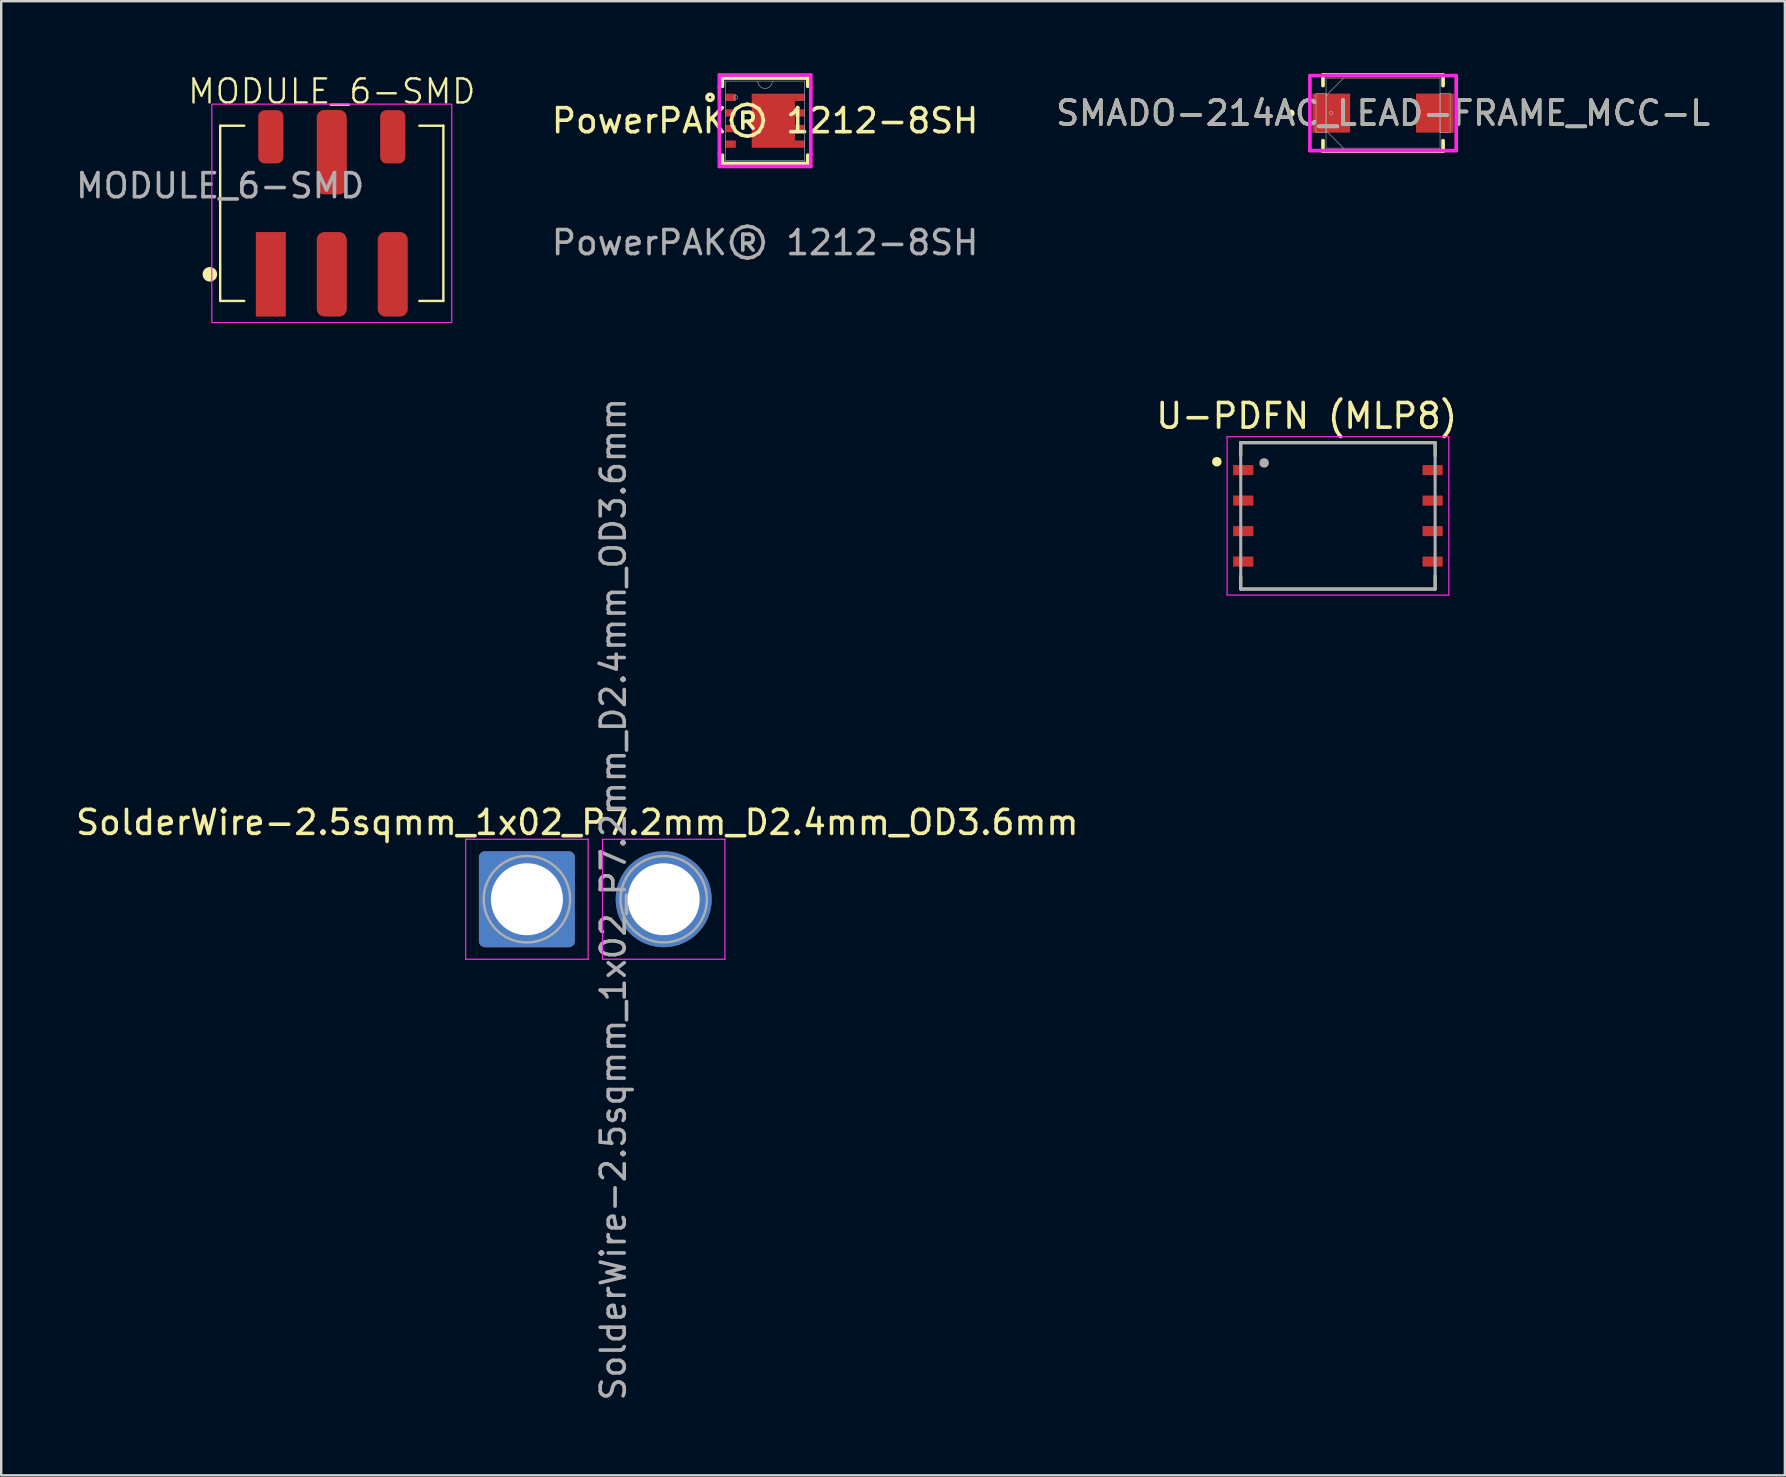
<source format=kicad_pcb>
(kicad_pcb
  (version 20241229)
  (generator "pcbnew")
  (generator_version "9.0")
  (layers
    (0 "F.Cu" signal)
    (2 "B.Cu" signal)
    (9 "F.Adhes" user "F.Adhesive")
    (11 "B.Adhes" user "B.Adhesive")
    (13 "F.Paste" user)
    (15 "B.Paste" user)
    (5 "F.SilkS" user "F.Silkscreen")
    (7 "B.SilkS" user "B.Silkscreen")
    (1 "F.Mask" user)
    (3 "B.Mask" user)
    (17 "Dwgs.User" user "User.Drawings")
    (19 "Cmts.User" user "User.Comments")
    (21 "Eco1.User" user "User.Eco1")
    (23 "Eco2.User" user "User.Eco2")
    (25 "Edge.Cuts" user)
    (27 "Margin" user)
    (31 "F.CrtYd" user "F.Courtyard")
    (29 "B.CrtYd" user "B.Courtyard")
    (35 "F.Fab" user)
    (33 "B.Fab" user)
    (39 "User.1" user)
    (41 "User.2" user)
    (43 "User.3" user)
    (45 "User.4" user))
  (footprint "U-PDFN (MLP8)"
    (layer "F.Cu")
    (at 52.701 18.445)
    (property "Reference" "U-PDFN (MLP8)" (at -1.301 -4.165 0) (layer "F.SilkS") (effects (font (size 1.028 1.028) (thickness 0.15))))
    (attr smd)
    (fp_line (start -4.05 -3.05) (end -4.05 -2.5) (stroke (width 0.127) (type solid)) (layer "F.SilkS"))
    (fp_line (start -4.05 -3.05) (end 4.05 -3.05) (stroke (width 0.127) (type solid)) (layer "F.SilkS"))
    (fp_line (start -4.05 3.05) (end -4.05 2.5) (stroke (width 0.127) (type solid)) (layer "F.SilkS"))
    (fp_line (start 4.05 -3.05) (end 4.05 -2.5) (stroke (width 0.127) (type solid)) (layer "F.SilkS"))
    (fp_line (start 4.05 3.05) (end -4.05 3.05) (stroke (width 0.127) (type solid)) (layer "F.SilkS"))
    (fp_line (start 4.05 3.05) (end 4.05 2.5) (stroke (width 0.127) (type solid)) (layer "F.SilkS"))
    (fp_circle (center -5.046 -2.255) (end -4.946 -2.255) (stroke (width 0.2) (type solid)) (fill no) (layer "F.SilkS"))
    (fp_line (start -4.62 -3.3) (end 4.62 -3.3) (stroke (width 0.05) (type solid)) (layer "F.CrtYd"))
    (fp_line (start -4.62 3.3) (end -4.62 -3.3) (stroke (width 0.05) (type solid)) (layer "F.CrtYd"))
    (fp_line (start 4.62 -3.3) (end 4.62 3.3) (stroke (width 0.05) (type solid)) (layer "F.CrtYd"))
    (fp_line (start 4.62 3.3) (end -4.62 3.3) (stroke (width 0.05) (type solid)) (layer "F.CrtYd"))
    (fp_line (start -4.05 -3.05) (end 4.05 -3.05) (stroke (width 0.127) (type solid)) (layer "F.Fab"))
    (fp_line (start -4.05 3.05) (end -4.05 -3.05) (stroke (width 0.127) (type solid)) (layer "F.Fab"))
    (fp_line (start 4.05 -3.05) (end 4.05 3.05) (stroke (width 0.127) (type solid)) (layer "F.Fab"))
    (fp_line (start 4.05 3.05) (end -4.05 3.05) (stroke (width 0.127) (type solid)) (layer "F.Fab"))
    (fp_circle (center -3.075 -2.205) (end -2.975 -2.205) (stroke (width 0.2) (type solid)) (fill no) (layer "F.Fab"))
    (pad "1" smd roundrect (at -3.945 -1.905) (size 0.84 0.42) (layers "F.Cu" "F.Mask" "F.Paste") (roundrect_rratio 0.05))
    (pad "2" smd roundrect (at -3.945 -0.635) (size 0.84 0.42) (layers "F.Cu" "F.Mask" "F.Paste") (roundrect_rratio 0.05))
    (pad "3" smd roundrect (at -3.945 0.635) (size 0.84 0.42) (layers "F.Cu" "F.Mask" "F.Paste") (roundrect_rratio 0.05))
    (pad "4" smd roundrect (at -3.945 1.905) (size 0.84 0.42) (layers "F.Cu" "F.Mask" "F.Paste") (roundrect_rratio 0.05))
    (pad "5" smd roundrect (at 3.945 1.905) (size 0.84 0.42) (layers "F.Cu" "F.Mask" "F.Paste") (roundrect_rratio 0.05))
    (pad "6" smd roundrect (at 3.945 0.635) (size 0.84 0.42) (layers "F.Cu" "F.Mask" "F.Paste") (roundrect_rratio 0.05))
    (pad "7" smd roundrect (at 3.945 -0.635) (size 0.84 0.42) (layers "F.Cu" "F.Mask" "F.Paste") (roundrect_rratio 0.05))
    (pad "8" smd roundrect (at 3.945 -1.905) (size 0.84 0.42) (layers "F.Cu" "F.Mask" "F.Paste") (roundrect_rratio 0.05)))
  (footprint "SolderWire-2.5sqmm_1x02_P7.2mm_D2.4mm_OD3.6mm"
    (layer "F.Cu")
    (at 18.906 34.421)
    (property "Reference" "SolderWire-2.5sqmm_1x02_P7.2mm_D2.4mm_OD3.6mm" (at 2.1 -3.2 0) (layer "F.SilkS") (effects (font (size 1 1) (thickness 0.15))))
    (attr exclude_from_pos_files exclude_from_bom)
    (fp_line (start -2.55 -2.5) (end -2.55 2.5) (stroke (width 0.05) (type solid)) (layer "F.CrtYd"))
    (fp_line (start -2.55 2.5) (end 2.55 2.5) (stroke (width 0.05) (type solid)) (layer "F.CrtYd"))
    (fp_line (start 2.55 -2.5) (end -2.55 -2.5) (stroke (width 0.05) (type solid)) (layer "F.CrtYd"))
    (fp_line (start 2.55 2.5) (end 2.55 -2.5) (stroke (width 0.05) (type solid)) (layer "F.CrtYd"))
    (fp_line (start 3.15 -2.5) (end 3.15 2.5) (stroke (width 0.05) (type solid)) (layer "F.CrtYd"))
    (fp_line (start 3.15 2.5) (end 8.25 2.5) (stroke (width 0.05) (type solid)) (layer "F.CrtYd"))
    (fp_line (start 8.25 -2.5) (end 3.15 -2.5) (stroke (width 0.05) (type solid)) (layer "F.CrtYd"))
    (fp_line (start 8.25 2.5) (end 8.25 -2.5) (stroke (width 0.05) (type solid)) (layer "F.CrtYd"))
    (fp_circle (center 0 0) (end 1.8 0) (stroke (width 0.1) (type solid)) (fill no) (layer "F.Fab"))
    (fp_circle (center 5.7 0) (end 7.5 0) (stroke (width 0.1) (type solid)) (fill no) (layer "F.Fab"))
    (fp_text user "${REFERENCE}" (at 3.6 0 90) (layer "F.Fab") (effects (font (size 1 1) (thickness 0.15))))
    (pad "1" thru_hole roundrect (at 0 0) (size 4 4) (drill 3) (layers "*.Cu" "*.Mask") (roundrect_rratio 0.062))
    (pad "2" thru_hole circle (at 5.7 0) (size 4 4) (drill 3) (layers "*.Cu" "*.Mask")))
  (footprint "SMADO-214AC_LEAD-FRAME_MCC-L"
    (layer "F.Cu")
    (at 54.581 1.664)
    (property "Reference" "SMADO-214AC_LEAD-FRAME_MCC-L" (at 0 0 0) (unlocked yes) (layer "F.SilkS") (effects (font (size 1 1) (thickness 0.15))))
    (attr smd)
    (fp_line (start -2.502 -1.587) (end -2.502 -1.146) (stroke (width 0.152) (type solid)) (layer "F.SilkS"))
    (fp_line (start -2.502 1.146) (end -2.502 1.587) (stroke (width 0.152) (type solid)) (layer "F.SilkS"))
    (fp_line (start -2.502 1.587) (end 2.502 1.587) (stroke (width 0.152) (type solid)) (layer "F.SilkS"))
    (fp_line (start 2.502 -1.587) (end -2.502 -1.587) (stroke (width 0.152) (type solid)) (layer "F.SilkS"))
    (fp_line (start 2.502 -1.146) (end 2.502 -1.587) (stroke (width 0.152) (type solid)) (layer "F.SilkS"))
    (fp_line (start 2.502 1.587) (end 2.502 1.146) (stroke (width 0.152) (type solid)) (layer "F.SilkS"))
    (fp_circle (center -3.835 0) (end -3.759 0) (stroke (width 0.152) (type solid)) (fill no) (layer "F.SilkS"))
    (fp_line (start -3.048 -1.562) (end 3.048 -1.562) (stroke (width 0.152) (type solid)) (layer "F.CrtYd"))
    (fp_line (start -3.048 1.562) (end -3.048 -1.562) (stroke (width 0.152) (type solid)) (layer "F.CrtYd"))
    (fp_line (start 3.048 -1.562) (end 3.048 1.562) (stroke (width 0.152) (type solid)) (layer "F.CrtYd"))
    (fp_line (start 3.048 1.562) (end -3.048 1.562) (stroke (width 0.152) (type solid)) (layer "F.CrtYd"))
    (fp_line (start -2.794 -0.813) (end -2.794 0.813) (stroke (width 0.025) (type solid)) (layer "F.Fab"))
    (fp_line (start -2.794 0.813) (end -2.375 0.813) (stroke (width 0.025) (type solid)) (layer "F.Fab"))
    (fp_line (start -2.375 -1.46) (end -2.375 1.46) (stroke (width 0.025) (type solid)) (layer "F.Fab"))
    (fp_line (start -2.375 -0.813) (end -2.794 -0.813) (stroke (width 0.025) (type solid)) (layer "F.Fab"))
    (fp_line (start -2.375 -0.73) (end -1.645 -1.46) (stroke (width 0.025) (type solid)) (layer "F.Fab"))
    (fp_line (start -2.375 0.73) (end -1.645 1.46) (stroke (width 0.025) (type solid)) (layer "F.Fab"))
    (fp_line (start -2.375 0.813) (end -2.375 -0.813) (stroke (width 0.025) (type solid)) (layer "F.Fab"))
    (fp_line (start -2.375 1.46) (end 2.375 1.46) (stroke (width 0.025) (type solid)) (layer "F.Fab"))
    (fp_line (start 2.375 -1.46) (end -2.375 -1.46) (stroke (width 0.025) (type solid)) (layer "F.Fab"))
    (fp_line (start 2.375 -0.813) (end 2.375 0.813) (stroke (width 0.025) (type solid)) (layer "F.Fab"))
    (fp_line (start 2.375 0.813) (end 2.794 0.813) (stroke (width 0.025) (type solid)) (layer "F.Fab"))
    (fp_line (start 2.375 1.46) (end 2.375 -1.46) (stroke (width 0.025) (type solid)) (layer "F.Fab"))
    (fp_line (start 2.794 -0.813) (end 2.375 -0.813) (stroke (width 0.025) (type solid)) (layer "F.Fab"))
    (fp_line (start 2.794 0.813) (end 2.794 -0.813) (stroke (width 0.025) (type solid)) (layer "F.Fab"))
    (fp_circle (center -2.159 0) (end -2.083 0) (stroke (width 0.025) (type solid)) (fill no) (layer "F.Fab"))
    (fp_text user "${REFERENCE}" (at 0 0 0) (unlocked yes) (layer "F.Fab") (effects (font (size 1 1) (thickness 0.15))))
    (pad "1" smd rect (at -2.159 0) (size 1.575 1.626) (layers "F.Cu" "F.Mask" "F.Paste"))
    (pad "2" smd rect (at 2.159 0) (size 1.575 1.626) (layers "F.Cu" "F.Mask" "F.Paste"))
    (zone (net_name "") (layer "F.Cu") (hatch full 0.508) (connect_pads) (min_thickness 0.254) (filled_areas_thickness no) (keepout (tracks not_allowed) (vias not_allowed) (pads allowed) (copperpour not_allowed) (footprints allowed)) (placement (enabled no)) (fill) (polygon (pts (xy 53.26 0.254) (xy 55.902 0.254) (xy 55.902 3.073) (xy 53.26 3.073)))))
  (footprint "MODULE_6-SMD"
    (layer "F.Cu")
    (at 10.775 5.84)
    (property "Reference" "MODULE_6-SMD" (at 0 -5.08 0) (unlocked yes) (layer "F.SilkS") (effects (font (size 1 1) (thickness 0.1))))
    (attr smd)
    (fp_line (start -4.65 -3.65) (end -4.65 3.65) (stroke (width 0.1) (type default)) (layer "F.SilkS"))
    (fp_line (start -4.65 -3.65) (end -3.65 -3.65) (stroke (width 0.1) (type default)) (layer "F.SilkS"))
    (fp_line (start -4.65 3.65) (end -3.65 3.65) (stroke (width 0.1) (type default)) (layer "F.SilkS"))
    (fp_line (start 4.65 -3.65) (end 3.65 -3.65) (stroke (width 0.1) (type default)) (layer "F.SilkS"))
    (fp_line (start 4.65 3.65) (end 3.65 3.65) (stroke (width 0.1) (type default)) (layer "F.SilkS"))
    (fp_line (start 4.65 3.65) (end 4.65 -3.65) (stroke (width 0.1) (type default)) (layer "F.SilkS"))
    (fp_circle (center -5.08 2.54) (end -4.826 2.54) (stroke (width 0.1) (type solid)) (fill yes) (layer "F.SilkS"))
    (fp_rect (start -5 -4.55) (end 5 4.55) (stroke (width 0.05) (type default)) (fill no) (layer "F.CrtYd"))
    (fp_text user "${REFERENCE}" (at -4.65 -1.15 0) (unlocked yes) (layer "F.Fab") (effects (font (size 1 1) (thickness 0.15))))
    (pad "1" smd rect (at -2.54 2.54) (size 1.25 3.52) (layers "F.Cu" "F.Mask" "F.Paste"))
    (pad "2" smd roundrect (at 0 2.54) (size 1.25 3.52) (layers "F.Cu" "F.Mask" "F.Paste") (roundrect_rratio 0.25))
    (pad "3" smd roundrect (at 2.54 2.54) (size 1.25 3.52) (layers "F.Cu" "F.Mask" "F.Paste") (roundrect_rratio 0.25))
    (pad "4" smd roundrect (at 2.54 -3.19) (size 1.05 2.22) (layers "F.Cu" "F.Mask" "F.Paste") (roundrect_rratio 0.25))
    (pad "5" smd roundrect (at 0 -2.55) (size 1.25 3.52) (layers "F.Cu" "F.Mask" "F.Paste") (roundrect_rratio 0.25))
    (pad "6" smd roundrect (at -2.54 -3.19) (size 1.05 2.22) (layers "F.Cu" "F.Mask" "F.Paste") (roundrect_rratio 0.25)))
  (footprint "PowerPAK® 1212-8SH"
    (layer "F.Cu")
    (at 28.831 1.981)
    (property "Reference" "PowerPAK® 1212-8SH" (at 0 0 0) (unlocked yes) (layer "F.SilkS") (effects (font (size 1 1) (thickness 0.15))))
    (attr smd)
    (fp_poly (pts (xy -0.559 -1.126) (xy 1.651 -1.127) (xy 1.651 -0.823) (xy 1.245 -0.823) (xy 1.245 -0.477) (xy 1.651 -0.477) (xy 1.651 -0.173) (xy 1.245 -0.173) (xy 1.245 0.173) (xy 1.651 0.173) (xy 1.651 0.477) (xy 1.245 0.477) (xy 1.245 0.823) (xy 1.651 0.823) (xy 1.651 1.127) (xy -0.559 1.126)) (stroke (width 0) (type solid)) (fill yes) (layer "F.Mask"))
    (fp_line (start -1.778 -1.778) (end -1.778 -1.435) (stroke (width 0.152) (type solid)) (layer "F.SilkS"))
    (fp_line (start -1.778 1.435) (end -1.778 1.778) (stroke (width 0.152) (type solid)) (layer "F.SilkS"))
    (fp_line (start -1.778 1.778) (end 1.778 1.778) (stroke (width 0.152) (type solid)) (layer "F.SilkS"))
    (fp_line (start 1.778 -1.778) (end -1.778 -1.778) (stroke (width 0.152) (type solid)) (layer "F.SilkS"))
    (fp_line (start 1.778 -1.435) (end 1.778 -1.778) (stroke (width 0.152) (type solid)) (layer "F.SilkS"))
    (fp_line (start 1.778 1.778) (end 1.778 1.435) (stroke (width 0.152) (type solid)) (layer "F.SilkS"))
    (fp_circle (center -2.293 -0.975) (end -2.166 -0.975) (stroke (width 0.152) (type solid)) (fill no) (layer "F.SilkS"))
    (fp_poly (pts (xy -0.559 -1.126) (xy 1.651 -1.127) (xy 1.651 -0.823) (xy 1.245 -0.823) (xy 1.245 -0.477) (xy 1.651 -0.477) (xy 1.651 -0.173) (xy 1.245 -0.173) (xy 1.245 0.173) (xy 1.651 0.173) (xy 1.651 0.477) (xy 1.245 0.477) (xy 1.245 0.823) (xy 1.651 0.823) (xy 1.651 1.127) (xy -0.559 1.126)) (stroke (width 0) (type solid)) (fill yes) (layer "F.Paste"))
    (fp_line (start -1.905 -1.905) (end 1.905 -1.905) (stroke (width 0.152) (type solid)) (layer "F.CrtYd"))
    (fp_line (start -1.905 -1.381) (end -1.905 -1.905) (stroke (width 0.152) (type solid)) (layer "F.CrtYd"))
    (fp_line (start -1.905 -1.381) (end -1.905 -1.381) (stroke (width 0.152) (type solid)) (layer "F.CrtYd"))
    (fp_line (start -1.905 1.381) (end -1.905 -1.381) (stroke (width 0.152) (type solid)) (layer "F.CrtYd"))
    (fp_line (start -1.905 1.381) (end -1.905 1.381) (stroke (width 0.152) (type solid)) (layer "F.CrtYd"))
    (fp_line (start -1.905 1.905) (end -1.905 1.381) (stroke (width 0.152) (type solid)) (layer "F.CrtYd"))
    (fp_line (start 1.905 -1.905) (end 1.905 -1.381) (stroke (width 0.152) (type solid)) (layer "F.CrtYd"))
    (fp_line (start 1.905 -1.381) (end 1.905 -1.381) (stroke (width 0.152) (type solid)) (layer "F.CrtYd"))
    (fp_line (start 1.905 -1.381) (end 1.905 1.381) (stroke (width 0.152) (type solid)) (layer "F.CrtYd"))
    (fp_line (start 1.905 1.381) (end 1.905 1.381) (stroke (width 0.152) (type solid)) (layer "F.CrtYd"))
    (fp_line (start 1.905 1.381) (end 1.905 1.905) (stroke (width 0.152) (type solid)) (layer "F.CrtYd"))
    (fp_line (start 1.905 1.905) (end -1.905 1.905) (stroke (width 0.152) (type solid)) (layer "F.CrtYd"))
    (fp_line (start -1.651 -1.651) (end -1.651 1.651) (stroke (width 0.025) (type solid)) (layer "F.Fab"))
    (fp_line (start -1.651 1.651) (end 1.651 1.651) (stroke (width 0.025) (type solid)) (layer "F.Fab"))
    (fp_line (start 1.651 -1.651) (end -1.651 -1.651) (stroke (width 0.025) (type solid)) (layer "F.Fab"))
    (fp_line (start 1.651 1.651) (end 1.651 -1.651) (stroke (width 0.025) (type solid)) (layer "F.Fab"))
    (fp_arc (start 0.3048 -1.651) (mid 0 -1.3462) (end -0.3048 -1.651) (stroke (width 0.0254) (type solid)) (layer "F.Fab"))
    (fp_circle (center -1.219 -0.975) (end -1.143 -0.975) (stroke (width 0.025) (type solid)) (fill no) (layer "F.Fab"))
    (fp_text user "${REFERENCE}" (at 0 5.08 0) (unlocked yes) (layer "F.Fab") (effects (font (size 1 1) (thickness 0.15))))
    (pad "1" smd rect (at 0.343 -0.000444) (size 1.803 2.254) (layers "F.Cu" "F.Mask" "F.Paste"))
    (pad "1" smd rect (at 1.448 -0.975) (size 0.406 0.305) (layers "F.Cu" "F.Mask" "F.Paste"))
    (pad "1" smd rect (at 1.448 -0.325) (size 0.406 0.305) (layers "F.Cu" "F.Mask" "F.Paste"))
    (pad "1" smd rect (at 1.448 0.325) (size 0.406 0.305) (layers "F.Cu" "F.Mask" "F.Paste"))
    (pad "1" smd rect (at 1.448 0.975) (size 0.406 0.305) (layers "F.Cu" "F.Mask" "F.Paste"))
    (pad "2" smd rect (at -1.435 0.975) (size 0.432 0.305) (layers "F.Cu" "F.Mask" "F.Paste"))
    (pad "3" smd rect (at -1.435 -0.975) (size 0.432 0.305) (layers "F.Cu" "F.Mask" "F.Paste"))
    (pad "3" smd rect (at -1.435 -0.325) (size 0.432 0.305) (layers "F.Cu" "F.Mask" "F.Paste"))
    (pad "3" smd rect (at -1.435 0.325) (size 0.432 0.305) (layers "F.Cu" "F.Mask" "F.Paste")))
  (gr_rect
    (start -3 -3)
    (end 71.325 58.427)
    (stroke (width 0.1) (type default))
    (fill no)
    (layer "Edge.Cuts")))
</source>
